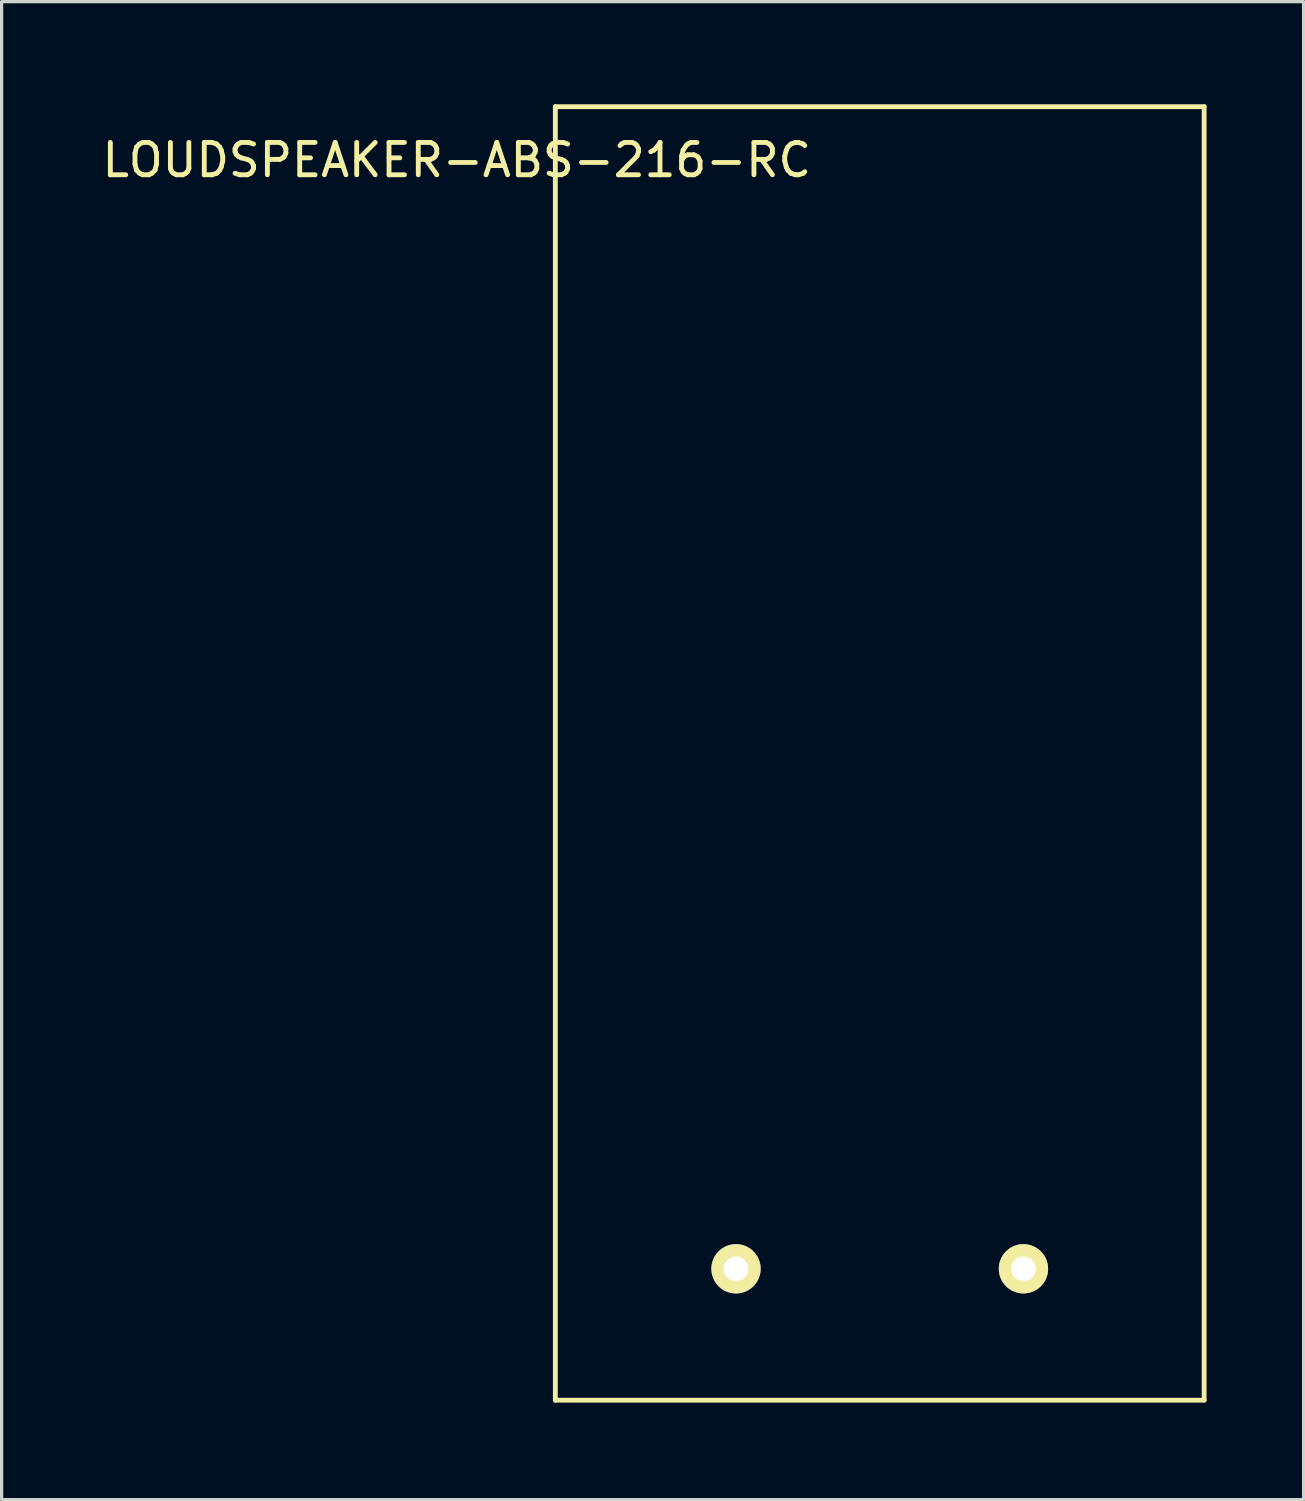
<source format=kicad_pcb>
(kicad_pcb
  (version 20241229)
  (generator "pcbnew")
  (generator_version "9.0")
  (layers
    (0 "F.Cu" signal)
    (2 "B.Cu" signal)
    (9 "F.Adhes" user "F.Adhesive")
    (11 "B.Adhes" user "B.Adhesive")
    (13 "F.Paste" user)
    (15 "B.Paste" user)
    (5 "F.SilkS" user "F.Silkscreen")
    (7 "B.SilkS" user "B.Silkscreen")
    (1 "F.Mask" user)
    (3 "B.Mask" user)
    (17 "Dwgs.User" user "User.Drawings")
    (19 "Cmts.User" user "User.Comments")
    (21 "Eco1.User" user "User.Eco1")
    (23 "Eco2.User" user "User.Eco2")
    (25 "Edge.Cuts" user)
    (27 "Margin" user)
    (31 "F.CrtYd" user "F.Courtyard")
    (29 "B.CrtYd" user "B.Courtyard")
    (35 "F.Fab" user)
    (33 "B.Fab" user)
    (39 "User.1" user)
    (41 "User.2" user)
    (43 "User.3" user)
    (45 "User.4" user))
  (footprint "LOUDSPEAKER-ABS-216-RC"
    (layer "F.Cu")
    (at 14.125 0.25)
    (property "Reference" "LOUDSPEAKER-ABS-216-RC" (at -3.048 1.651 0) (layer "F.SilkS") (effects (font (size 1 1) (thickness 0.15))))
    (attr through_hole)
    (fp_line (start 0 0) (end 0 40.005) (stroke (width 0.15) (type solid)) (layer "F.SilkS"))
    (fp_line (start 0 40.005) (end 20.066 40.005) (stroke (width 0.15) (type solid)) (layer "F.SilkS"))
    (fp_line (start 20.066 0) (end 0 0) (stroke (width 0.15) (type solid)) (layer "F.SilkS"))
    (fp_line (start 20.066 40.005) (end 20.066 0) (stroke (width 0.15) (type solid)) (layer "F.SilkS"))
    (pad "Vin+" thru_hole circle (at 14.478 35.941) (size 1.524 1.524) (drill 0.762) (layers "*.Cu" "*.Mask" "F.SilkS"))
    (pad "Vin-" thru_hole circle (at 5.588 35.941) (size 1.524 1.524) (drill 0.762) (layers "*.Cu" "*.Mask" "F.SilkS")))
  (gr_rect
    (start -3 -3)
    (end 37.266 43.33)
    (stroke (width 0.1) (type default))
    (fill no)
    (layer "Edge.Cuts")))
</source>
